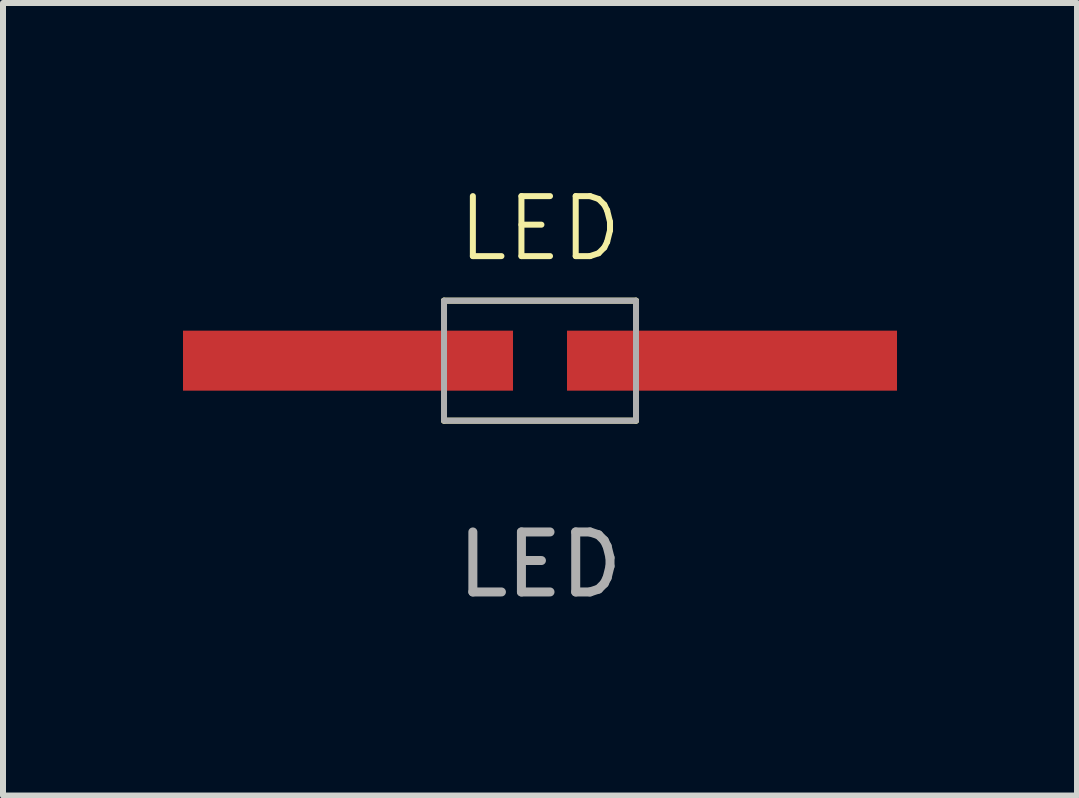
<source format=kicad_pcb>
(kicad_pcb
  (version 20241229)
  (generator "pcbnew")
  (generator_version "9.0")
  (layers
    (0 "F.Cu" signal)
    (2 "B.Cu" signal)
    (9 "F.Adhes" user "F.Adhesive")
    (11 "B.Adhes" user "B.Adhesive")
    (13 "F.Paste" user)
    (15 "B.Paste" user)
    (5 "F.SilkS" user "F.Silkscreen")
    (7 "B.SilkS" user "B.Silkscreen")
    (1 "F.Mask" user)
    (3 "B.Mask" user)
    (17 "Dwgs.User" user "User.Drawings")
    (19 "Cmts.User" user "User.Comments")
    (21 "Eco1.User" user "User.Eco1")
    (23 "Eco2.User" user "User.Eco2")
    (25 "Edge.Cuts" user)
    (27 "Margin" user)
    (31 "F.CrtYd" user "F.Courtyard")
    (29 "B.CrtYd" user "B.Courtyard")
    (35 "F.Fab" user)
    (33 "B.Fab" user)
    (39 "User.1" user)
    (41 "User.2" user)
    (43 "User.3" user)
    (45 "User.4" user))
  (footprint "LED"
    (layer "F.Cu")
    (at 5.95 2.961)
    (property "Reference" "LED" (at 0 -2.2 0) (unlocked yes) (layer "F.SilkS") (effects (font (size 1 1) (thickness 0.1))))
    (attr smd)
    (fp_line (start -1.6 -1) (end 1.6 -1) (stroke (width 0.1) (type default)) (layer "F.SilkS"))
    (fp_line (start -1.6 -0.6) (end -1.6 -1) (stroke (width 0.1) (type default)) (layer "F.SilkS"))
    (fp_line (start -1.6 1) (end -1.6 0.6) (stroke (width 0.1) (type default)) (layer "F.SilkS"))
    (fp_line (start 1.6 -1) (end 1.6 -0.6) (stroke (width 0.1) (type default)) (layer "F.SilkS"))
    (fp_line (start 1.6 0.6) (end 1.6 1) (stroke (width 0.1) (type default)) (layer "F.SilkS"))
    (fp_line (start 1.6 1) (end -1.6 1) (stroke (width 0.1) (type default)) (layer "F.SilkS"))
    (fp_rect (start -1.6 -1) (end 1.6 1) (stroke (width 0.1) (type solid)) (fill no) (layer "F.Fab"))
    (fp_text user "${REFERENCE}" (at 0 3.4 0) (unlocked yes) (layer "F.Fab") (effects (font (size 1 1) (thickness 0.15))))
    (pad "1" smd rect (at -3.2 0) (size 5.5 1) (layers "F.Cu" "F.Mask"))
    (pad "2" smd rect (at 3.2 0) (size 5.5 1) (layers "F.Cu" "F.Mask")))
  (gr_rect
    (start -3 -3)
    (end 14.9 10.209)
    (stroke (width 0.1) (type default))
    (fill no)
    (layer "Edge.Cuts")))
</source>
